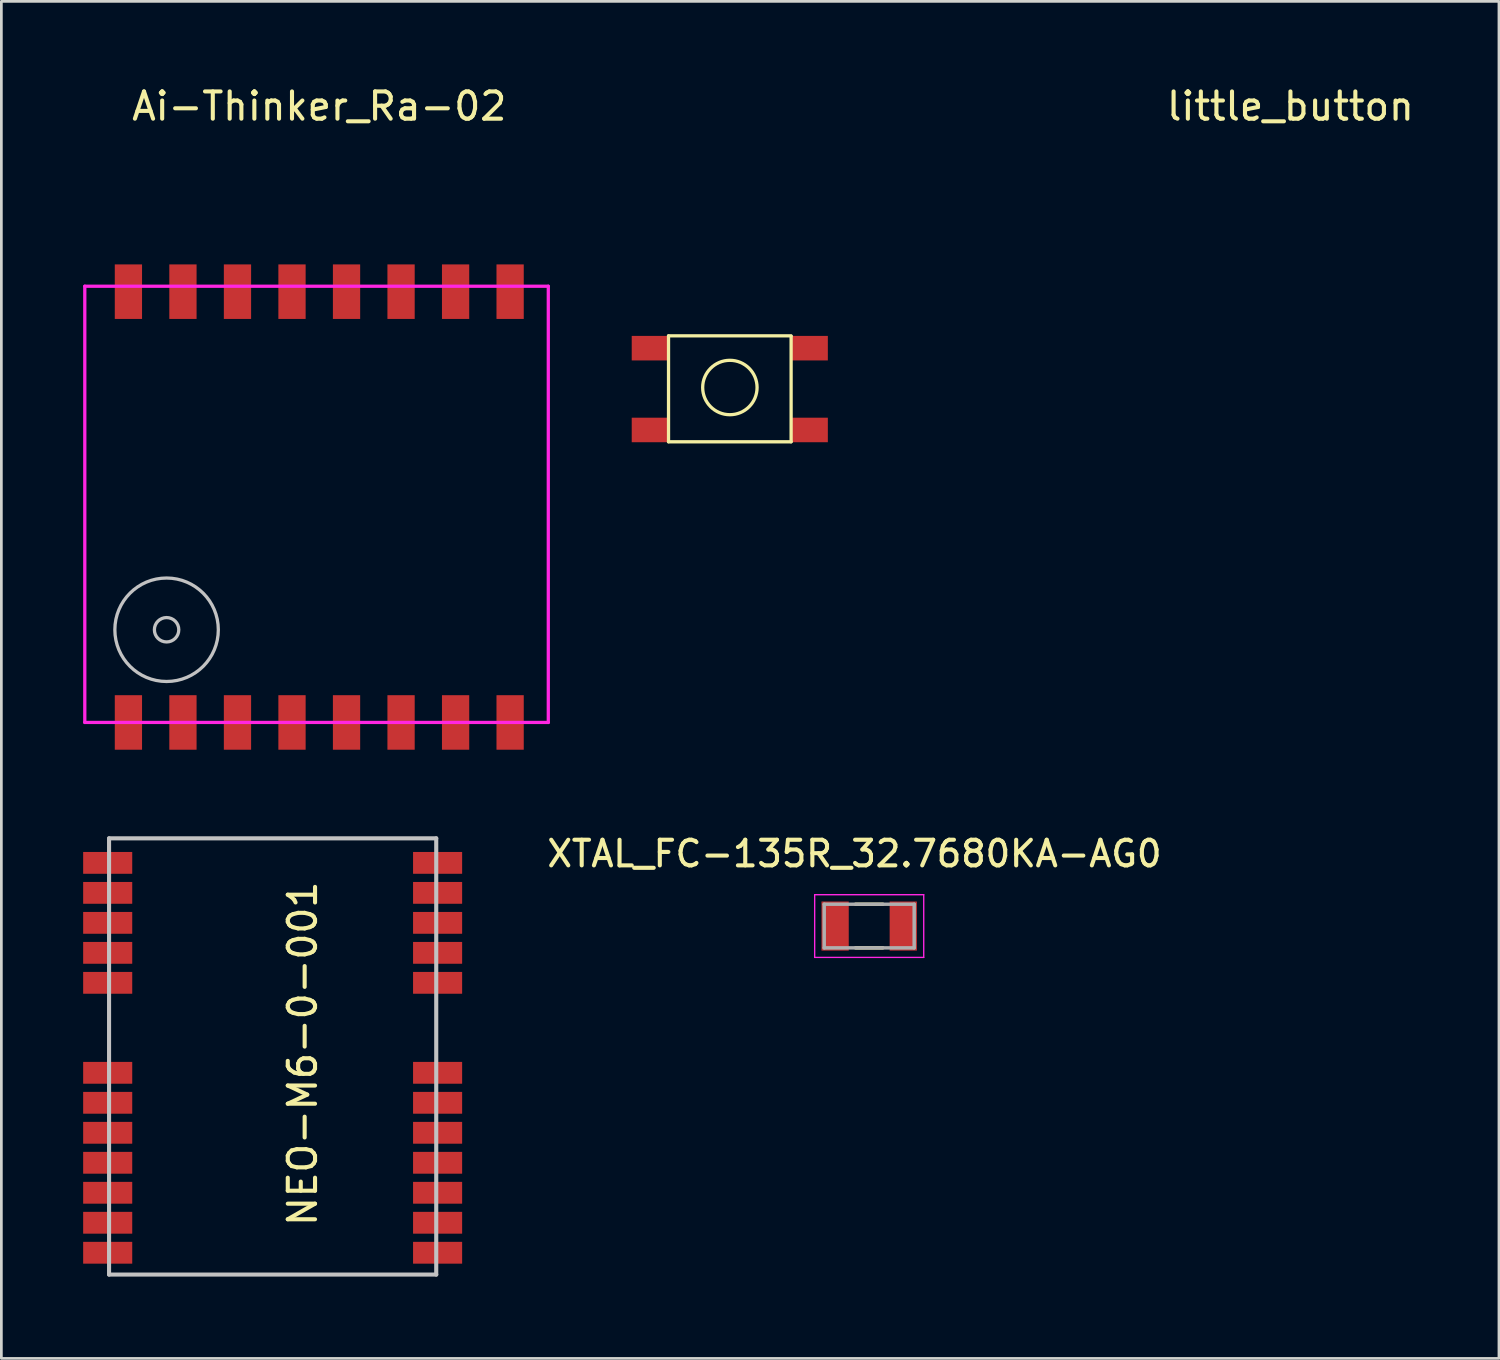
<source format=kicad_pcb>
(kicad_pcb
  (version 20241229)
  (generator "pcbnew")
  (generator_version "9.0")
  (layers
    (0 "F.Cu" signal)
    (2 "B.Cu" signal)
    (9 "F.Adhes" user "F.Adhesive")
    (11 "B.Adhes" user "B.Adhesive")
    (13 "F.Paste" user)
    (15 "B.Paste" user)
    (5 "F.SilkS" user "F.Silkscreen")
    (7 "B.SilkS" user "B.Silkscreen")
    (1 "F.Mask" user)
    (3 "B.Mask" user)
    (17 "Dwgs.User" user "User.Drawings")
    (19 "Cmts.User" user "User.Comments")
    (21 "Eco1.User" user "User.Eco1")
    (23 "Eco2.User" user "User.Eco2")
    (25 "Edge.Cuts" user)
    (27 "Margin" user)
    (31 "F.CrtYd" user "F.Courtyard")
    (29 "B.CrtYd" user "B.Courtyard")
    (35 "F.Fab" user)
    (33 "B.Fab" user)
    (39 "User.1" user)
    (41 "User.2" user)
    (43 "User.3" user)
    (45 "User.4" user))
  (footprint "little_button"
    (layer "F.Cu")
    (at 23.71 11.158)
    (property "Reference" "little_button" (at 20.57 -10.31 0) (layer "F.SilkS") (effects (font (size 1 1) (thickness 0.15))))
    (attr through_hole)
    (fp_line (start -2.24 -1.89) (end -2.24 1.996) (stroke (width 0.12) (type solid)) (layer "F.SilkS"))
    (fp_line (start -2.24 -1.89) (end 2.256 -1.89) (stroke (width 0.12) (type solid)) (layer "F.SilkS"))
    (fp_line (start -2.24 1.996) (end 2.256 1.996) (stroke (width 0.12) (type solid)) (layer "F.SilkS"))
    (fp_line (start 2.256 1.996) (end 2.256 -1.875) (stroke (width 0.12) (type solid)) (layer "F.SilkS"))
    (fp_circle (center 0.01 0.005) (end 0.843 0.554) (stroke (width 0.12) (type solid)) (fill no) (layer "F.SilkS"))
    (pad "1" smd rect (at -2.915 1.562 90) (size 0.9 1.35) (layers "F.Cu" "F.Mask" "F.Paste"))
    (pad "1" smd rect (at 2.928 1.562 90) (size 0.9 1.35) (layers "F.Cu" "F.Mask" "F.Paste"))
    (pad "2" smd rect (at -2.915 -1.438 90) (size 0.9 1.35) (layers "F.Cu" "F.Mask" "F.Paste"))
    (pad "2" smd rect (at 2.928 -1.438 90) (size 0.9 1.35) (layers "F.Cu" "F.Mask" "F.Paste")))
  (footprint "NEO-M6-0-001"
    (layer "F.Cu")
    (at 6.95 27.698)
    (property "Reference" "NEO-M6-0-001" (at 1.1 7.9 90) (layer "F.SilkS") (effects (font (size 1 1) (thickness 0.15))))
    (attr through_hole)
    (fp_line (start -6 0) (end -6 16) (stroke (width 0.15) (type solid)) (layer "Dwgs.User"))
    (fp_line (start -6 0) (end 6 0) (stroke (width 0.15) (type solid)) (layer "Dwgs.User"))
    (fp_line (start -6 16) (end 6 16) (stroke (width 0.15) (type solid)) (layer "Dwgs.User"))
    (fp_line (start 6 0) (end 6 16) (stroke (width 0.15) (type solid)) (layer "Dwgs.User"))
    (pad "1" smd rect (at -6.05 0.9) (size 1.8 0.8) (layers "F.Cu" "F.Mask" "F.Paste"))
    (pad "2" smd rect (at -6.05 2) (size 1.8 0.8) (layers "F.Cu" "F.Mask" "F.Paste"))
    (pad "3" smd rect (at -6.05 3.1) (size 1.8 0.8) (layers "F.Cu" "F.Mask" "F.Paste"))
    (pad "4" smd rect (at -6.05 4.2) (size 1.8 0.8) (layers "F.Cu" "F.Mask" "F.Paste"))
    (pad "5" smd rect (at -6.05 5.3) (size 1.8 0.8) (layers "F.Cu" "F.Mask" "F.Paste"))
    (pad "6" smd rect (at -6.05 8.6) (size 1.8 0.8) (layers "F.Cu" "F.Mask" "F.Paste"))
    (pad "7" smd rect (at -6.05 9.7) (size 1.8 0.8) (layers "F.Cu" "F.Mask" "F.Paste"))
    (pad "8" smd rect (at -6.05 10.8) (size 1.8 0.8) (layers "F.Cu" "F.Mask" "F.Paste"))
    (pad "9" smd rect (at -6.05 11.9) (size 1.8 0.8) (layers "F.Cu" "F.Mask" "F.Paste"))
    (pad "10" smd rect (at -6.05 13) (size 1.8 0.8) (layers "F.Cu" "F.Mask" "F.Paste"))
    (pad "11" smd rect (at -6.05 14.1) (size 1.8 0.8) (layers "F.Cu" "F.Mask" "F.Paste"))
    (pad "12" smd rect (at -6.05 15.2) (size 1.8 0.8) (layers "F.Cu" "F.Mask" "F.Paste"))
    (pad "13" smd rect (at 6.05 15.2) (size 1.8 0.8) (layers "F.Cu" "F.Mask" "F.Paste"))
    (pad "14" smd rect (at 6.05 14.1) (size 1.8 0.8) (layers "F.Cu" "F.Mask" "F.Paste"))
    (pad "15" smd rect (at 6.05 13) (size 1.8 0.8) (layers "F.Cu" "F.Mask" "F.Paste"))
    (pad "16" smd rect (at 6.05 11.9) (size 1.8 0.8) (layers "F.Cu" "F.Mask" "F.Paste"))
    (pad "17" smd rect (at 6.05 10.8) (size 1.8 0.8) (layers "F.Cu" "F.Mask" "F.Paste"))
    (pad "18" smd rect (at 6.05 9.7) (size 1.8 0.8) (layers "F.Cu" "F.Mask" "F.Paste"))
    (pad "19" smd rect (at 6.05 8.6) (size 1.8 0.8) (layers "F.Cu" "F.Mask" "F.Paste"))
    (pad "20" smd rect (at 6.05 5.3) (size 1.8 0.8) (layers "F.Cu" "F.Mask" "F.Paste"))
    (pad "21" smd rect (at 6.05 4.2) (size 1.8 0.8) (layers "F.Cu" "F.Mask" "F.Paste"))
    (pad "22" smd rect (at 6.05 3.1) (size 1.8 0.8) (layers "F.Cu" "F.Mask" "F.Paste"))
    (pad "23" smd rect (at 6.05 2) (size 1.8 0.8) (layers "F.Cu" "F.Mask" "F.Paste"))
    (pad "24" smd rect (at 6.05 0.9) (size 1.8 0.8) (layers "F.Cu" "F.Mask" "F.Paste")))
  (footprint "XTAL_FC-135R_32.7680KA-AG0"
    (layer "F.Cu")
    (at 28.83 30.915)
    (property "Reference" "XTAL_FC-135R_32.7680KA-AG0" (at -0.54 -2.653 0) (layer "F.SilkS") (effects (font (size 0.94 0.94) (thickness 0.15))))
    (attr through_hole)
    (fp_line (start -0.5 -0.8) (end 0.5 -0.8) (stroke (width 0.127) (type solid)) (layer "F.SilkS"))
    (fp_line (start -0.5 0.8) (end 0.5 0.8) (stroke (width 0.127) (type solid)) (layer "F.SilkS"))
    (fp_line (start -2 -1.15) (end -2 1.15) (stroke (width 0.05) (type solid)) (layer "F.CrtYd"))
    (fp_line (start -2 1.15) (end 2 1.15) (stroke (width 0.05) (type solid)) (layer "F.CrtYd"))
    (fp_line (start 2 -1.15) (end -2 -1.15) (stroke (width 0.05) (type solid)) (layer "F.CrtYd"))
    (fp_line (start 2 1.15) (end 2 -1.15) (stroke (width 0.05) (type solid)) (layer "F.CrtYd"))
    (fp_line (start -1.65 -0.8) (end 1.65 -0.8) (stroke (width 0.127) (type solid)) (layer "F.Fab"))
    (fp_line (start -1.65 0.8) (end -1.65 -0.8) (stroke (width 0.127) (type solid)) (layer "F.Fab"))
    (fp_line (start 1.65 -0.8) (end 1.65 0.8) (stroke (width 0.127) (type solid)) (layer "F.Fab"))
    (fp_line (start 1.65 0.8) (end -1.65 0.8) (stroke (width 0.127) (type solid)) (layer "F.Fab"))
    (pad "1" smd rect (at -1.25 0) (size 1 1.8) (layers "F.Cu" "F.Mask" "F.Paste"))
    (pad "2" smd rect (at 1.25 0) (size 1 1.8) (layers "F.Cu" "F.Mask" "F.Paste")))
  (footprint "Ai-Thinker_Ra-02"
    (layer "F.Cu")
    (at 8.66 15.448)
    (property "Reference" "Ai-Thinker_Ra-02" (at 0 -14.6 0) (layer "F.SilkS") (effects (font (size 1 1) (thickness 0.15))))
    (attr through_hole)
    (fp_circle (center -5.6 4.6) (end -5.4 4.2) (stroke (width 0.12) (type solid)) (fill no) (layer "Dwgs.User"))
    (fp_circle (center -5.6 4.6) (end -5 2.8) (stroke (width 0.12) (type solid)) (fill no) (layer "Dwgs.User"))
    (fp_line (start -8.6 -8) (end 8.4 -8) (stroke (width 0.12) (type solid)) (layer "F.CrtYd"))
    (fp_line (start -8.6 8) (end -8.6 -8) (stroke (width 0.12) (type solid)) (layer "F.CrtYd"))
    (fp_line (start -8.6 8) (end 8.4 8) (stroke (width 0.12) (type solid)) (layer "F.CrtYd"))
    (fp_line (start 8.4 8) (end 8.4 -8) (stroke (width 0.12) (type solid)) (layer "F.CrtYd"))
    (pad "1" smd rect (at -7 8) (size 1 2) (layers "F.Cu" "F.Mask" "F.Paste"))
    (pad "2" smd rect (at -5 8) (size 1 2) (layers "F.Cu" "F.Mask" "F.Paste"))
    (pad "3" smd rect (at -3 8) (size 1 2) (layers "F.Cu" "F.Mask" "F.Paste"))
    (pad "4" smd rect (at -1 8) (size 1 2) (layers "F.Cu" "F.Mask" "F.Paste"))
    (pad "5" smd rect (at 1 8) (size 1 2) (layers "F.Cu" "F.Mask" "F.Paste"))
    (pad "6" smd rect (at 3 8) (size 1 2) (layers "F.Cu" "F.Mask" "F.Paste"))
    (pad "7" smd rect (at 5 8) (size 1 2) (layers "F.Cu" "F.Mask" "F.Paste"))
    (pad "8" smd rect (at 7 8) (size 1 2) (layers "F.Cu" "F.Mask" "F.Paste"))
    (pad "9" smd rect (at 7 -7.8) (size 1 2) (layers "F.Cu" "F.Mask" "F.Paste"))
    (pad "10" smd rect (at 5 -7.8) (size 1 2) (layers "F.Cu" "F.Mask" "F.Paste"))
    (pad "11" smd rect (at 3 -7.8) (size 1 2) (layers "F.Cu" "F.Mask" "F.Paste"))
    (pad "12" smd rect (at 1 -7.8) (size 1 2) (layers "F.Cu" "F.Mask" "F.Paste"))
    (pad "13" smd rect (at -1 -7.8) (size 1 2) (layers "F.Cu" "F.Mask" "F.Paste"))
    (pad "14" smd rect (at -3 -7.8) (size 1 2) (layers "F.Cu" "F.Mask" "F.Paste"))
    (pad "15" smd rect (at -5 -7.8) (size 1 2) (layers "F.Cu" "F.Mask" "F.Paste"))
    (pad "16" smd rect (at -7 -7.8) (size 1 2) (layers "F.Cu" "F.Mask" "F.Paste")))
  (gr_rect
    (start -3 -3)
    (end 51.928 46.773)
    (stroke (width 0.1) (type default))
    (fill no)
    (layer "Edge.Cuts")))
</source>
